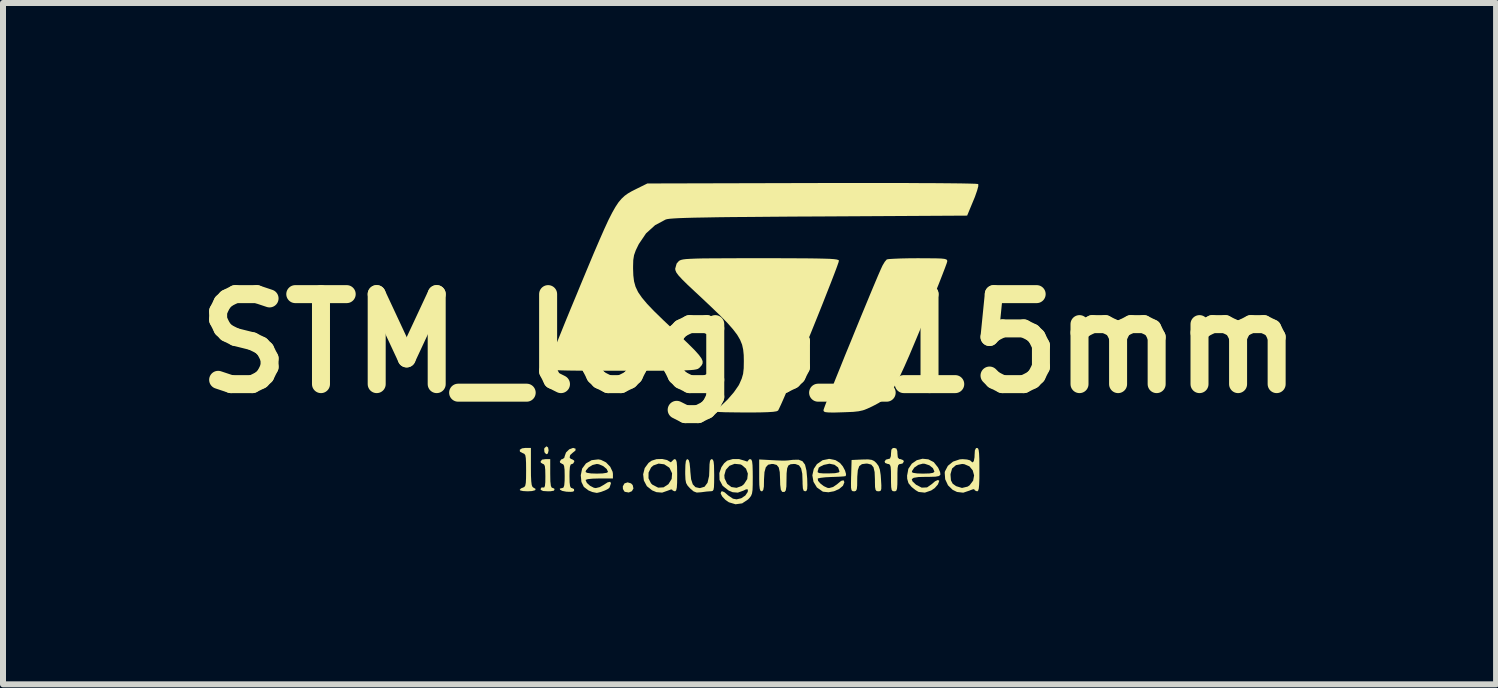
<source format=kicad_pcb>
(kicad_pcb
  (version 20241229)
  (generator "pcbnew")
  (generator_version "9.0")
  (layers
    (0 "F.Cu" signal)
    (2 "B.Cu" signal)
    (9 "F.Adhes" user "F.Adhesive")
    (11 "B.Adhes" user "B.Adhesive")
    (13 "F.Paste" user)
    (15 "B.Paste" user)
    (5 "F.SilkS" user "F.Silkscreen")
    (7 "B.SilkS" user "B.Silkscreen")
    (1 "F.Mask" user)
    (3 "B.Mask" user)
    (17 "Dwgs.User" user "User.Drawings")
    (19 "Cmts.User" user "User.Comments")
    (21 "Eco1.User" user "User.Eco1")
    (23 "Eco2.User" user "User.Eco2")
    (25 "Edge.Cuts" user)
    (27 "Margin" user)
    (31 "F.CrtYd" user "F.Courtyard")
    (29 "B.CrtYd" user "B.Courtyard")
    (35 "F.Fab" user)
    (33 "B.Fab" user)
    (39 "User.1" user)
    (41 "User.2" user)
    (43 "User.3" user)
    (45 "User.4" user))
  (footprint "STM_logo_15mm"
    (layer "F.Cu")
    (at 9.443 2.674)
    (property "Reference" "STM_logo_15mm" (at 0 0 0) (layer "F.SilkS") (effects (font (size 1.5 1.5) (thickness 0.3))))
    (attr board_only exclude_from_pos_files exclude_from_bom)
    (fp_poly (pts (xy -3.358 1.734) (xy -3.349 1.782) (xy -3.361 1.835) (xy -3.389 1.847) (xy -3.418 1.814) (xy -3.419 1.81) (xy -3.423 1.758) (xy -3.417 1.743) (xy -3.384 1.715)) (stroke (width 0) (type solid)) (fill yes) (layer "F.SilkS"))
    (fp_poly (pts (xy -1.975 2.333) (xy -1.947 2.362) (xy -1.935 2.418) (xy -1.961 2.463) (xy -2.013 2.485) (xy -2.075 2.474) (xy -2.086 2.468) (xy -2.11 2.427) (xy -2.112 2.382) (xy -2.084 2.333) (xy -2.032 2.316)) (stroke (width 0) (type solid)) (fill yes) (layer "F.SilkS"))
    (fp_poly (pts (xy -3.322 2.17) (xy -3.32 2.299) (xy -3.311 2.376) (xy -3.296 2.405) (xy -3.292 2.405) (xy -3.257 2.419) (xy -3.25 2.431) (xy -3.26 2.454) (xy -3.315 2.464) (xy -3.36 2.465) (xy -3.441 2.46) (xy -3.478 2.442) (xy -3.483 2.426) (xy -3.465 2.399) (xy -3.443 2.402) (xy -3.422 2.401) (xy -3.41 2.375) (xy -3.404 2.313) (xy -3.403 2.213) (xy -3.405 2.106) (xy -3.412 2.043) (xy -3.427 2.015) (xy -3.443 2.009) (xy -3.478 1.988) (xy -3.483 1.969) (xy -3.459 1.937) (xy -3.403 1.929) (xy -3.322 1.929)) (stroke (width 0) (type solid)) (fill yes) (layer "F.SilkS"))
    (fp_poly (pts (xy -3.644 2.064) (xy -3.643 2.205) (xy -3.638 2.301) (xy -3.63 2.361) (xy -3.617 2.392) (xy -3.604 2.402) (xy -3.565 2.426) (xy -3.574 2.447) (xy -3.627 2.461) (xy -3.697 2.465) (xy -3.774 2.461) (xy -3.822 2.45) (xy -3.831 2.441) (xy -3.809 2.416) (xy -3.778 2.404) (xy -3.754 2.393) (xy -3.738 2.37) (xy -3.729 2.324) (xy -3.725 2.245) (xy -3.724 2.122) (xy -3.724 2.117) (xy -3.725 1.993) (xy -3.729 1.912) (xy -3.737 1.865) (xy -3.753 1.841) (xy -3.777 1.83) (xy -3.778 1.83) (xy -3.827 1.804) (xy -3.83 1.773) (xy -3.792 1.749) (xy -3.738 1.742) (xy -3.644 1.742)) (stroke (width 0) (type solid)) (fill yes) (layer "F.SilkS"))
    (fp_poly (pts (xy 2.448 1.752) (xy 2.463 1.793) (xy 2.465 1.835) (xy 2.471 1.9) (xy 2.494 1.926) (xy 2.519 1.929) (xy 2.562 1.946) (xy 2.572 1.969) (xy 2.55 2.002) (xy 2.519 2.009) (xy 2.493 2.014) (xy 2.477 2.033) (xy 2.468 2.079) (xy 2.465 2.161) (xy 2.465 2.237) (xy 2.464 2.348) (xy 2.459 2.416) (xy 2.449 2.451) (xy 2.429 2.464) (xy 2.411 2.465) (xy 2.385 2.461) (xy 2.369 2.441) (xy 2.361 2.395) (xy 2.358 2.313) (xy 2.358 2.237) (xy 2.357 2.127) (xy 2.352 2.059) (xy 2.341 2.024) (xy 2.322 2.011) (xy 2.304 2.009) (xy 2.261 1.993) (xy 2.251 1.969) (xy 2.273 1.937) (xy 2.304 1.929) (xy 2.341 1.919) (xy 2.356 1.878) (xy 2.358 1.835) (xy 2.364 1.771) (xy 2.387 1.745) (xy 2.411 1.742)) (stroke (width 0) (type solid)) (fill yes) (layer "F.SilkS"))
    (fp_poly (pts (xy 2.037 1.941) (xy 2.08 1.962) (xy 2.115 1.995) (xy 2.15 2.042) (xy 2.172 2.103) (xy 2.186 2.194) (xy 2.191 2.263) (xy 2.197 2.366) (xy 2.196 2.426) (xy 2.186 2.455) (xy 2.164 2.464) (xy 2.147 2.465) (xy 2.118 2.461) (xy 2.101 2.441) (xy 2.092 2.395) (xy 2.09 2.31) (xy 2.09 2.267) (xy 2.085 2.144) (xy 2.066 2.064) (xy 2.029 2.02) (xy 1.969 2.004) (xy 1.943 2.003) (xy 1.874 2.012) (xy 1.829 2.045) (xy 1.805 2.112) (xy 1.796 2.219) (xy 1.795 2.267) (xy 1.794 2.369) (xy 1.788 2.428) (xy 1.774 2.456) (xy 1.75 2.465) (xy 1.741 2.465) (xy 1.716 2.462) (xy 1.7 2.446) (xy 1.692 2.406) (xy 1.691 2.335) (xy 1.693 2.22) (xy 1.694 2.204) (xy 1.701 1.943) (xy 1.877 1.935) (xy 1.975 1.933)) (stroke (width 0) (type solid)) (fill yes) (layer "F.SilkS"))
    (fp_poly (pts (xy -0.611 1.938) (xy -0.599 1.97) (xy -0.592 2.035) (xy -0.59 2.141) (xy -0.589 2.197) (xy -0.59 2.318) (xy -0.593 2.396) (xy -0.601 2.44) (xy -0.616 2.459) (xy -0.64 2.464) (xy -0.65 2.464) (xy -0.717 2.469) (xy -0.801 2.48) (xy -0.81 2.481) (xy -0.88 2.486) (xy -0.933 2.466) (xy -0.991 2.416) (xy -1.032 2.371) (xy -1.057 2.327) (xy -1.068 2.269) (xy -1.072 2.179) (xy -1.072 2.132) (xy -1.069 2.023) (xy -1.061 1.96) (xy -1.045 1.932) (xy -1.034 1.929) (xy -1.013 1.945) (xy -0.999 1.996) (xy -0.989 2.091) (xy -0.987 2.133) (xy -0.974 2.264) (xy -0.946 2.349) (xy -0.901 2.396) (xy -0.834 2.411) (xy -0.825 2.411) (xy -0.75 2.389) (xy -0.7 2.322) (xy -0.674 2.209) (xy -0.67 2.117) (xy -0.667 2.015) (xy -0.659 1.956) (xy -0.642 1.932) (xy -0.63 1.929)) (stroke (width 0) (type solid)) (fill yes) (layer "F.SilkS"))
    (fp_poly (pts (xy -2.899 1.755) (xy -2.902 1.786) (xy -2.947 1.822) (xy -2.947 1.822) (xy -2.989 1.86) (xy -2.999 1.901) (xy -2.977 1.927) (xy -2.961 1.929) (xy -2.925 1.951) (xy -2.92 1.969) (xy -2.942 2.005) (xy -2.961 2.009) (xy -2.982 2.02) (xy -2.994 2.058) (xy -3 2.133) (xy -3.001 2.21) (xy -2.999 2.316) (xy -2.991 2.379) (xy -2.976 2.407) (xy -2.961 2.411) (xy -2.926 2.427) (xy -2.924 2.457) (xy -2.941 2.47) (xy -2.978 2.474) (xy -3.046 2.472) (xy -3.061 2.47) (xy -3.122 2.458) (xy -3.159 2.438) (xy -3.162 2.42) (xy -3.125 2.411) (xy -3.121 2.411) (xy -3.1 2.401) (xy -3.088 2.363) (xy -3.082 2.288) (xy -3.081 2.21) (xy -3.083 2.104) (xy -3.091 2.042) (xy -3.106 2.014) (xy -3.121 2.009) (xy -3.157 1.988) (xy -3.162 1.969) (xy -3.14 1.934) (xy -3.121 1.929) (xy -3.088 1.907) (xy -3.081 1.88) (xy -3.059 1.818) (xy -3.005 1.765) (xy -2.942 1.742) (xy -2.938 1.742)) (stroke (width 0) (type solid)) (fill yes) (layer "F.SilkS"))
    (fp_poly (pts (xy -1.374 1.944) (xy -1.348 1.96) (xy -1.311 1.982) (xy -1.293 1.963) (xy -1.26 1.932) (xy -1.244 1.929) (xy -1.226 1.94) (xy -1.214 1.977) (xy -1.208 2.05) (xy -1.206 2.165) (xy -1.206 2.197) (xy -1.207 2.322) (xy -1.212 2.402) (xy -1.222 2.447) (xy -1.238 2.464) (xy -1.246 2.465) (xy -1.282 2.451) (xy -1.286 2.44) (xy -1.306 2.433) (xy -1.355 2.451) (xy -1.36 2.453) (xy -1.457 2.487) (xy -1.552 2.479) (xy -1.624 2.449) (xy -1.711 2.38) (xy -1.761 2.286) (xy -1.766 2.248) (xy -1.684 2.248) (xy -1.643 2.331) (xy -1.617 2.356) (xy -1.523 2.404) (xy -1.433 2.399) (xy -1.352 2.346) (xy -1.298 2.259) (xy -1.291 2.165) (xy -1.332 2.078) (xy -1.341 2.068) (xy -1.422 2.015) (xy -1.515 2.003) (xy -1.603 2.034) (xy -1.641 2.068) (xy -1.683 2.153) (xy -1.684 2.248) (xy -1.766 2.248) (xy -1.773 2.181) (xy -1.747 2.078) (xy -1.683 1.991) (xy -1.631 1.954) (xy -1.55 1.929) (xy -1.456 1.926)) (stroke (width 0) (type solid)) (fill yes) (layer "F.SilkS"))
    (fp_poly (pts (xy -2.476 1.941) (xy -2.392 1.983) (xy -2.322 2.056) (xy -2.282 2.14) (xy -2.277 2.174) (xy -2.277 2.251) (xy -2.505 2.251) (xy -2.616 2.254) (xy -2.695 2.262) (xy -2.731 2.274) (xy -2.733 2.277) (xy -2.711 2.325) (xy -2.658 2.373) (xy -2.594 2.406) (xy -2.562 2.411) (xy -2.496 2.395) (xy -2.431 2.358) (xy -2.366 2.316) (xy -2.323 2.306) (xy -2.31 2.329) (xy -2.315 2.347) (xy -2.329 2.389) (xy -2.331 2.399) (xy -2.354 2.422) (xy -2.408 2.45) (xy -2.475 2.475) (xy -2.535 2.49) (xy -2.551 2.491) (xy -2.62 2.477) (xy -2.685 2.45) (xy -2.762 2.391) (xy -2.802 2.309) (xy -2.813 2.198) (xy -2.802 2.143) (xy -2.733 2.143) (xy -2.708 2.157) (xy -2.642 2.167) (xy -2.546 2.17) (xy -2.545 2.17) (xy -2.449 2.167) (xy -2.383 2.157) (xy -2.358 2.143) (xy -2.358 2.143) (xy -2.381 2.093) (xy -2.437 2.046) (xy -2.508 2.015) (xy -2.545 2.009) (xy -2.616 2.026) (xy -2.682 2.066) (xy -2.726 2.117) (xy -2.733 2.143) (xy -2.802 2.143) (xy -2.79 2.086) (xy -2.726 2) (xy -2.632 1.946) (xy -2.521 1.933)) (stroke (width 0) (type solid)) (fill yes) (layer "F.SilkS"))
    (fp_poly (pts (xy 3.808 1.749) (xy 3.819 1.777) (xy 3.826 1.834) (xy 3.83 1.926) (xy 3.831 2.062) (xy 3.831 2.103) (xy 3.831 2.251) (xy 3.827 2.354) (xy 3.821 2.418) (xy 3.811 2.453) (xy 3.796 2.465) (xy 3.791 2.465) (xy 3.756 2.45) (xy 3.751 2.437) (xy 3.731 2.429) (xy 3.679 2.447) (xy 3.672 2.451) (xy 3.562 2.488) (xy 3.458 2.476) (xy 3.385 2.44) (xy 3.308 2.365) (xy 3.261 2.264) (xy 3.256 2.195) (xy 3.35 2.195) (xy 3.357 2.282) (xy 3.386 2.338) (xy 3.443 2.379) (xy 3.541 2.409) (xy 3.634 2.387) (xy 3.668 2.365) (xy 3.727 2.287) (xy 3.743 2.2) (xy 3.72 2.116) (xy 3.665 2.049) (xy 3.58 2.013) (xy 3.544 2.009) (xy 3.441 2.029) (xy 3.376 2.085) (xy 3.35 2.178) (xy 3.35 2.195) (xy 3.256 2.195) (xy 3.253 2.156) (xy 3.257 2.133) (xy 3.306 2.04) (xy 3.392 1.97) (xy 3.502 1.933) (xy 3.551 1.929) (xy 3.626 1.935) (xy 3.676 1.949) (xy 3.684 1.956) (xy 3.715 1.984) (xy 3.738 1.963) (xy 3.75 1.898) (xy 3.751 1.862) (xy 3.756 1.783) (xy 3.774 1.746) (xy 3.791 1.742)) (stroke (width 0) (type solid)) (fill yes) (layer "F.SilkS"))
    (fp_poly (pts (xy 1.434 1.946) (xy 1.509 1.994) (xy 1.556 2.051) (xy 1.592 2.119) (xy 1.609 2.179) (xy 1.603 2.211) (xy 1.573 2.216) (xy 1.503 2.221) (xy 1.406 2.225) (xy 1.371 2.226) (xy 1.268 2.231) (xy 1.187 2.24) (xy 1.141 2.25) (xy 1.137 2.254) (xy 1.142 2.29) (xy 1.181 2.335) (xy 1.238 2.379) (xy 1.298 2.407) (xy 1.326 2.411) (xy 1.393 2.393) (xy 1.46 2.347) (xy 1.463 2.344) (xy 1.527 2.291) (xy 1.567 2.281) (xy 1.581 2.313) (xy 1.557 2.373) (xy 1.494 2.426) (xy 1.408 2.464) (xy 1.315 2.481) (xy 1.229 2.472) (xy 1.216 2.467) (xy 1.123 2.401) (xy 1.066 2.307) (xy 1.047 2.199) (xy 1.058 2.148) (xy 1.136 2.148) (xy 1.162 2.161) (xy 1.223 2.166) (xy 1.31 2.167) (xy 1.424 2.163) (xy 1.487 2.15) (xy 1.5 2.135) (xy 1.476 2.067) (xy 1.415 2.022) (xy 1.332 2.005) (xy 1.24 2.024) (xy 1.238 2.024) (xy 1.181 2.052) (xy 1.153 2.071) (xy 1.152 2.073) (xy 1.144 2.106) (xy 1.136 2.127) (xy 1.136 2.148) (xy 1.058 2.148) (xy 1.071 2.091) (xy 1.123 2.012) (xy 1.217 1.947) (xy 1.326 1.924)) (stroke (width 0) (type solid)) (fill yes) (layer "F.SilkS"))
    (fp_poly (pts (xy 2.981 1.932) (xy 3.071 1.979) (xy 3.141 2.067) (xy 3.147 2.078) (xy 3.176 2.144) (xy 3.182 2.186) (xy 3.159 2.21) (xy 3.099 2.221) (xy 2.995 2.224) (xy 2.947 2.224) (xy 2.817 2.227) (xy 2.736 2.24) (xy 2.704 2.263) (xy 2.716 2.299) (xy 2.77 2.35) (xy 2.777 2.356) (xy 2.87 2.404) (xy 2.959 2.4) (xy 3.039 2.344) (xy 3.092 2.298) (xy 3.137 2.277) (xy 3.161 2.286) (xy 3.162 2.293) (xy 3.14 2.35) (xy 3.087 2.411) (xy 3.028 2.451) (xy 2.922 2.487) (xy 2.821 2.476) (xy 2.813 2.473) (xy 2.768 2.446) (xy 2.708 2.398) (xy 2.699 2.39) (xy 2.649 2.329) (xy 2.628 2.257) (xy 2.626 2.203) (xy 2.637 2.146) (xy 2.706 2.146) (xy 2.731 2.158) (xy 2.795 2.167) (xy 2.886 2.17) (xy 2.894 2.17) (xy 2.999 2.167) (xy 3.059 2.157) (xy 3.081 2.139) (xy 3.081 2.134) (xy 3.057 2.079) (xy 2.998 2.032) (xy 2.92 2.006) (xy 2.887 2.004) (xy 2.813 2.024) (xy 2.747 2.069) (xy 2.709 2.126) (xy 2.706 2.146) (xy 2.637 2.146) (xy 2.647 2.09) (xy 2.705 2.004) (xy 2.787 1.947) (xy 2.883 1.922)) (stroke (width 0) (type solid)) (fill yes) (layer "F.SilkS"))
    (fp_poly (pts (xy 0.342 1.944) (xy 0.458 1.95) (xy 0.537 1.953) (xy 0.593 1.953) (xy 0.642 1.95) (xy 0.699 1.943) (xy 0.724 1.94) (xy 0.817 1.938) (xy 0.882 1.963) (xy 0.925 2.021) (xy 0.949 2.12) (xy 0.961 2.253) (xy 0.964 2.361) (xy 0.961 2.425) (xy 0.95 2.456) (xy 0.93 2.465) (xy 0.927 2.465) (xy 0.902 2.455) (xy 0.889 2.416) (xy 0.884 2.339) (xy 0.884 2.306) (xy 0.879 2.172) (xy 0.86 2.083) (xy 0.824 2.032) (xy 0.767 2.011) (xy 0.74 2.009) (xy 0.684 2.014) (xy 0.647 2.035) (xy 0.627 2.082) (xy 0.618 2.164) (xy 0.616 2.278) (xy 0.614 2.386) (xy 0.604 2.45) (xy 0.583 2.476) (xy 0.549 2.475) (xy 0.543 2.473) (xy 0.522 2.439) (xy 0.511 2.355) (xy 0.509 2.267) (xy 0.504 2.146) (xy 0.487 2.068) (xy 0.453 2.026) (xy 0.397 2.01) (xy 0.371 2.009) (xy 0.31 2.022) (xy 0.271 2.065) (xy 0.249 2.145) (xy 0.241 2.27) (xy 0.241 2.289) (xy 0.239 2.387) (xy 0.229 2.442) (xy 0.211 2.464) (xy 0.201 2.465) (xy 0.182 2.456) (xy 0.17 2.423) (xy 0.163 2.358) (xy 0.161 2.252) (xy 0.161 2.2) (xy 0.161 1.934)) (stroke (width 0) (type solid)) (fill yes) (layer "F.SilkS"))
    (fp_poly (pts (xy 2.98 -1.419) (xy 3.106 -1.418) (xy 3.194 -1.415) (xy 3.249 -1.409) (xy 3.28 -1.4) (xy 3.293 -1.387) (xy 3.296 -1.37) (xy 3.286 -1.335) (xy 3.257 -1.256) (xy 3.212 -1.139) (xy 3.153 -0.988) (xy 3.082 -0.811) (xy 3.001 -0.612) (xy 2.912 -0.396) (xy 2.877 -0.31) (xy 2.762 -0.035) (xy 2.665 0.195) (xy 2.581 0.386) (xy 2.509 0.541) (xy 2.446 0.665) (xy 2.388 0.763) (xy 2.333 0.84) (xy 2.278 0.901) (xy 2.219 0.95) (xy 2.154 0.992) (xy 2.081 1.031) (xy 2.042 1.051) (xy 1.96 1.089) (xy 1.891 1.115) (xy 1.818 1.131) (xy 1.727 1.141) (xy 1.604 1.146) (xy 1.548 1.148) (xy 1.413 1.152) (xy 1.323 1.151) (xy 1.268 1.146) (xy 1.241 1.136) (xy 1.233 1.118) (xy 1.232 1.113) (xy 1.242 1.082) (xy 1.27 1.006) (xy 1.314 0.894) (xy 1.371 0.749) (xy 1.439 0.579) (xy 1.516 0.389) (xy 1.598 0.185) (xy 1.685 -0.026) (xy 1.772 -0.24) (xy 1.858 -0.45) (xy 1.941 -0.65) (xy 2.017 -0.834) (xy 2.085 -0.996) (xy 2.142 -1.131) (xy 2.186 -1.232) (xy 2.214 -1.293) (xy 2.217 -1.299) (xy 2.254 -1.361) (xy 2.287 -1.399) (xy 2.288 -1.4) (xy 2.323 -1.406) (xy 2.403 -1.411) (xy 2.518 -1.416) (xy 2.659 -1.419) (xy 2.807 -1.42)) (stroke (width 0) (type solid)) (fill yes) (layer "F.SilkS"))
    (fp_poly (pts (xy -0.174 1.928) (xy -0.084 1.954) (xy -0.037 1.97) (xy -0.027 1.957) (xy -0.005 1.932) (xy 0.013 1.929) (xy 0.031 1.938) (xy 0.043 1.968) (xy 0.05 2.03) (xy 0.053 2.131) (xy 0.054 2.226) (xy 0.053 2.356) (xy 0.05 2.444) (xy 0.041 2.502) (xy 0.025 2.542) (xy -0.001 2.576) (xy -0.025 2.601) (xy -0.123 2.666) (xy -0.233 2.681) (xy -0.344 2.648) (xy -0.4 2.61) (xy -0.455 2.552) (xy -0.481 2.502) (xy -0.473 2.47) (xy -0.452 2.465) (xy -0.414 2.483) (xy -0.364 2.527) (xy -0.359 2.532) (xy -0.276 2.588) (xy -0.216 2.599) (xy -0.139 2.581) (xy -0.071 2.536) (xy -0.031 2.477) (xy -0.027 2.453) (xy -0.033 2.43) (xy -0.062 2.434) (xy -0.1 2.453) (xy -0.195 2.487) (xy -0.282 2.48) (xy -0.348 2.452) (xy -0.447 2.375) (xy -0.5 2.276) (xy -0.502 2.197) (xy -0.42 2.197) (xy -0.416 2.25) (xy -0.373 2.34) (xy -0.302 2.394) (xy -0.216 2.407) (xy -0.128 2.375) (xy -0.093 2.346) (xy -0.038 2.261) (xy -0.028 2.17) (xy -0.059 2.087) (xy -0.128 2.027) (xy -0.154 2.016) (xy -0.25 2.007) (xy -0.335 2.04) (xy -0.395 2.107) (xy -0.42 2.197) (xy -0.502 2.197) (xy -0.503 2.161) (xy -0.469 2.063) (xy -0.423 1.997) (xy -0.372 1.954) (xy -0.281 1.928)) (stroke (width 0) (type solid)) (fill yes) (layer "F.SilkS"))
    (fp_poly (pts (xy 0.48 -1.42) (xy 0.732 -1.419) (xy 0.94 -1.418) (xy 1.107 -1.416) (xy 1.237 -1.413) (xy 1.335 -1.41) (xy 1.405 -1.405) (xy 1.451 -1.399) (xy 1.478 -1.391) (xy 1.49 -1.383) (xy 1.49 -1.381) (xy 1.483 -1.351) (xy 1.457 -1.277) (xy 1.415 -1.165) (xy 1.36 -1.022) (xy 1.293 -0.852) (xy 1.218 -0.661) (xy 1.136 -0.456) (xy 1.05 -0.243) (xy 0.962 -0.026) (xy 0.874 0.188) (xy 0.79 0.393) (xy 0.71 0.584) (xy 0.639 0.755) (xy 0.577 0.9) (xy 0.527 1.013) (xy 0.492 1.088) (xy 0.476 1.119) (xy 0.451 1.131) (xy 0.394 1.14) (xy 0.301 1.146) (xy 0.167 1.15) (xy -0.015 1.151) (xy -0.09 1.151) (xy -0.276 1.149) (xy -0.414 1.147) (xy -0.508 1.143) (xy -0.563 1.137) (xy -0.585 1.129) (xy -0.579 1.118) (xy -0.577 1.117) (xy -0.474 1.039) (xy -0.363 0.932) (xy -0.261 0.814) (xy -0.183 0.702) (xy -0.168 0.673) (xy -0.13 0.586) (xy -0.107 0.506) (xy -0.097 0.414) (xy -0.095 0.295) (xy -0.097 0.193) (xy -0.106 0.104) (xy -0.124 0.021) (xy -0.157 -0.06) (xy -0.206 -0.144) (xy -0.277 -0.237) (xy -0.371 -0.344) (xy -0.494 -0.469) (xy -0.649 -0.618) (xy -0.838 -0.796) (xy -0.908 -0.861) (xy -1.033 -0.978) (xy -1.123 -1.067) (xy -1.184 -1.133) (xy -1.22 -1.182) (xy -1.236 -1.221) (xy -1.239 -1.246) (xy -1.215 -1.331) (xy -1.179 -1.372) (xy -1.163 -1.383) (xy -1.14 -1.392) (xy -1.106 -1.4) (xy -1.057 -1.406) (xy -0.988 -1.41) (xy -0.894 -1.414) (xy -0.771 -1.417) (xy -0.613 -1.418) (xy -0.417 -1.419) (xy -0.177 -1.42) (xy 0.11 -1.42) (xy 0.178 -1.42)) (stroke (width 0) (type solid)) (fill yes) (layer "F.SilkS"))
    (fp_poly (pts (xy 2.208 -2.674) (xy 2.542 -2.674) (xy 2.843 -2.672) (xy 3.109 -2.671) (xy 3.337 -2.669) (xy 3.524 -2.667) (xy 3.666 -2.664) (xy 3.762 -2.661) (xy 3.808 -2.657) (xy 3.812 -2.656) (xy 3.813 -2.621) (xy 3.793 -2.547) (xy 3.756 -2.441) (xy 3.731 -2.381) (xy 3.627 -2.13) (xy 1.164 -2.116) (xy 0.73 -2.114) (xy 0.346 -2.111) (xy 0.01 -2.108) (xy -0.282 -2.106) (xy -0.531 -2.103) (xy -0.743 -2.099) (xy -0.919 -2.096) (xy -1.062 -2.092) (xy -1.176 -2.088) (xy -1.264 -2.083) (xy -1.328 -2.078) (xy -1.371 -2.072) (xy -1.398 -2.065) (xy -1.398 -2.065) (xy -1.574 -1.971) (xy -1.725 -1.834) (xy -1.844 -1.658) (xy -1.849 -1.649) (xy -1.897 -1.55) (xy -1.925 -1.471) (xy -1.938 -1.389) (xy -1.941 -1.283) (xy -1.941 -1.246) (xy -1.937 -1.133) (xy -1.925 -1.035) (xy -1.9 -0.945) (xy -1.858 -0.856) (xy -1.794 -0.763) (xy -1.706 -0.658) (xy -1.588 -0.535) (xy -1.437 -0.388) (xy -1.313 -0.271) (xy -1.145 -0.113) (xy -1.013 0.014) (xy -0.914 0.113) (xy -0.845 0.19) (xy -0.802 0.249) (xy -0.782 0.295) (xy -0.782 0.332) (xy -0.798 0.365) (xy -0.828 0.399) (xy -0.831 0.402) (xy -0.845 0.414) (xy -0.863 0.425) (xy -0.89 0.433) (xy -0.93 0.44) (xy -0.989 0.445) (xy -1.071 0.449) (xy -1.18 0.452) (xy -1.322 0.454) (xy -1.501 0.455) (xy -1.722 0.455) (xy -1.99 0.455) (xy -2.13 0.455) (xy -2.423 0.455) (xy -2.666 0.455) (xy -2.865 0.454) (xy -3.024 0.452) (xy -3.146 0.449) (xy -3.237 0.446) (xy -3.301 0.441) (xy -3.343 0.435) (xy -3.366 0.427) (xy -3.375 0.418) (xy -3.376 0.414) (xy -3.366 0.382) (xy -3.337 0.305) (xy -3.291 0.188) (xy -3.231 0.036) (xy -3.157 -0.146) (xy -3.073 -0.354) (xy -2.979 -0.583) (xy -2.877 -0.828) (xy -2.836 -0.928) (xy -2.708 -1.236) (xy -2.598 -1.499) (xy -2.503 -1.72) (xy -2.422 -1.904) (xy -2.352 -2.056) (xy -2.29 -2.178) (xy -2.235 -2.275) (xy -2.184 -2.352) (xy -2.133 -2.412) (xy -2.082 -2.46) (xy -2.028 -2.499) (xy -1.968 -2.534) (xy -1.899 -2.569) (xy -1.881 -2.578) (xy -1.703 -2.666) (xy 1.043 -2.673) (xy 1.456 -2.674) (xy 1.845 -2.674)) (stroke (width 0) (type solid)) (fill yes) (layer "F.SilkS")))
  (gr_rect
    (start -3 -3)
    (end 21.886 8.356)
    (stroke (width 0.1) (type default))
    (fill no)
    (layer "Edge.Cuts")))
</source>
